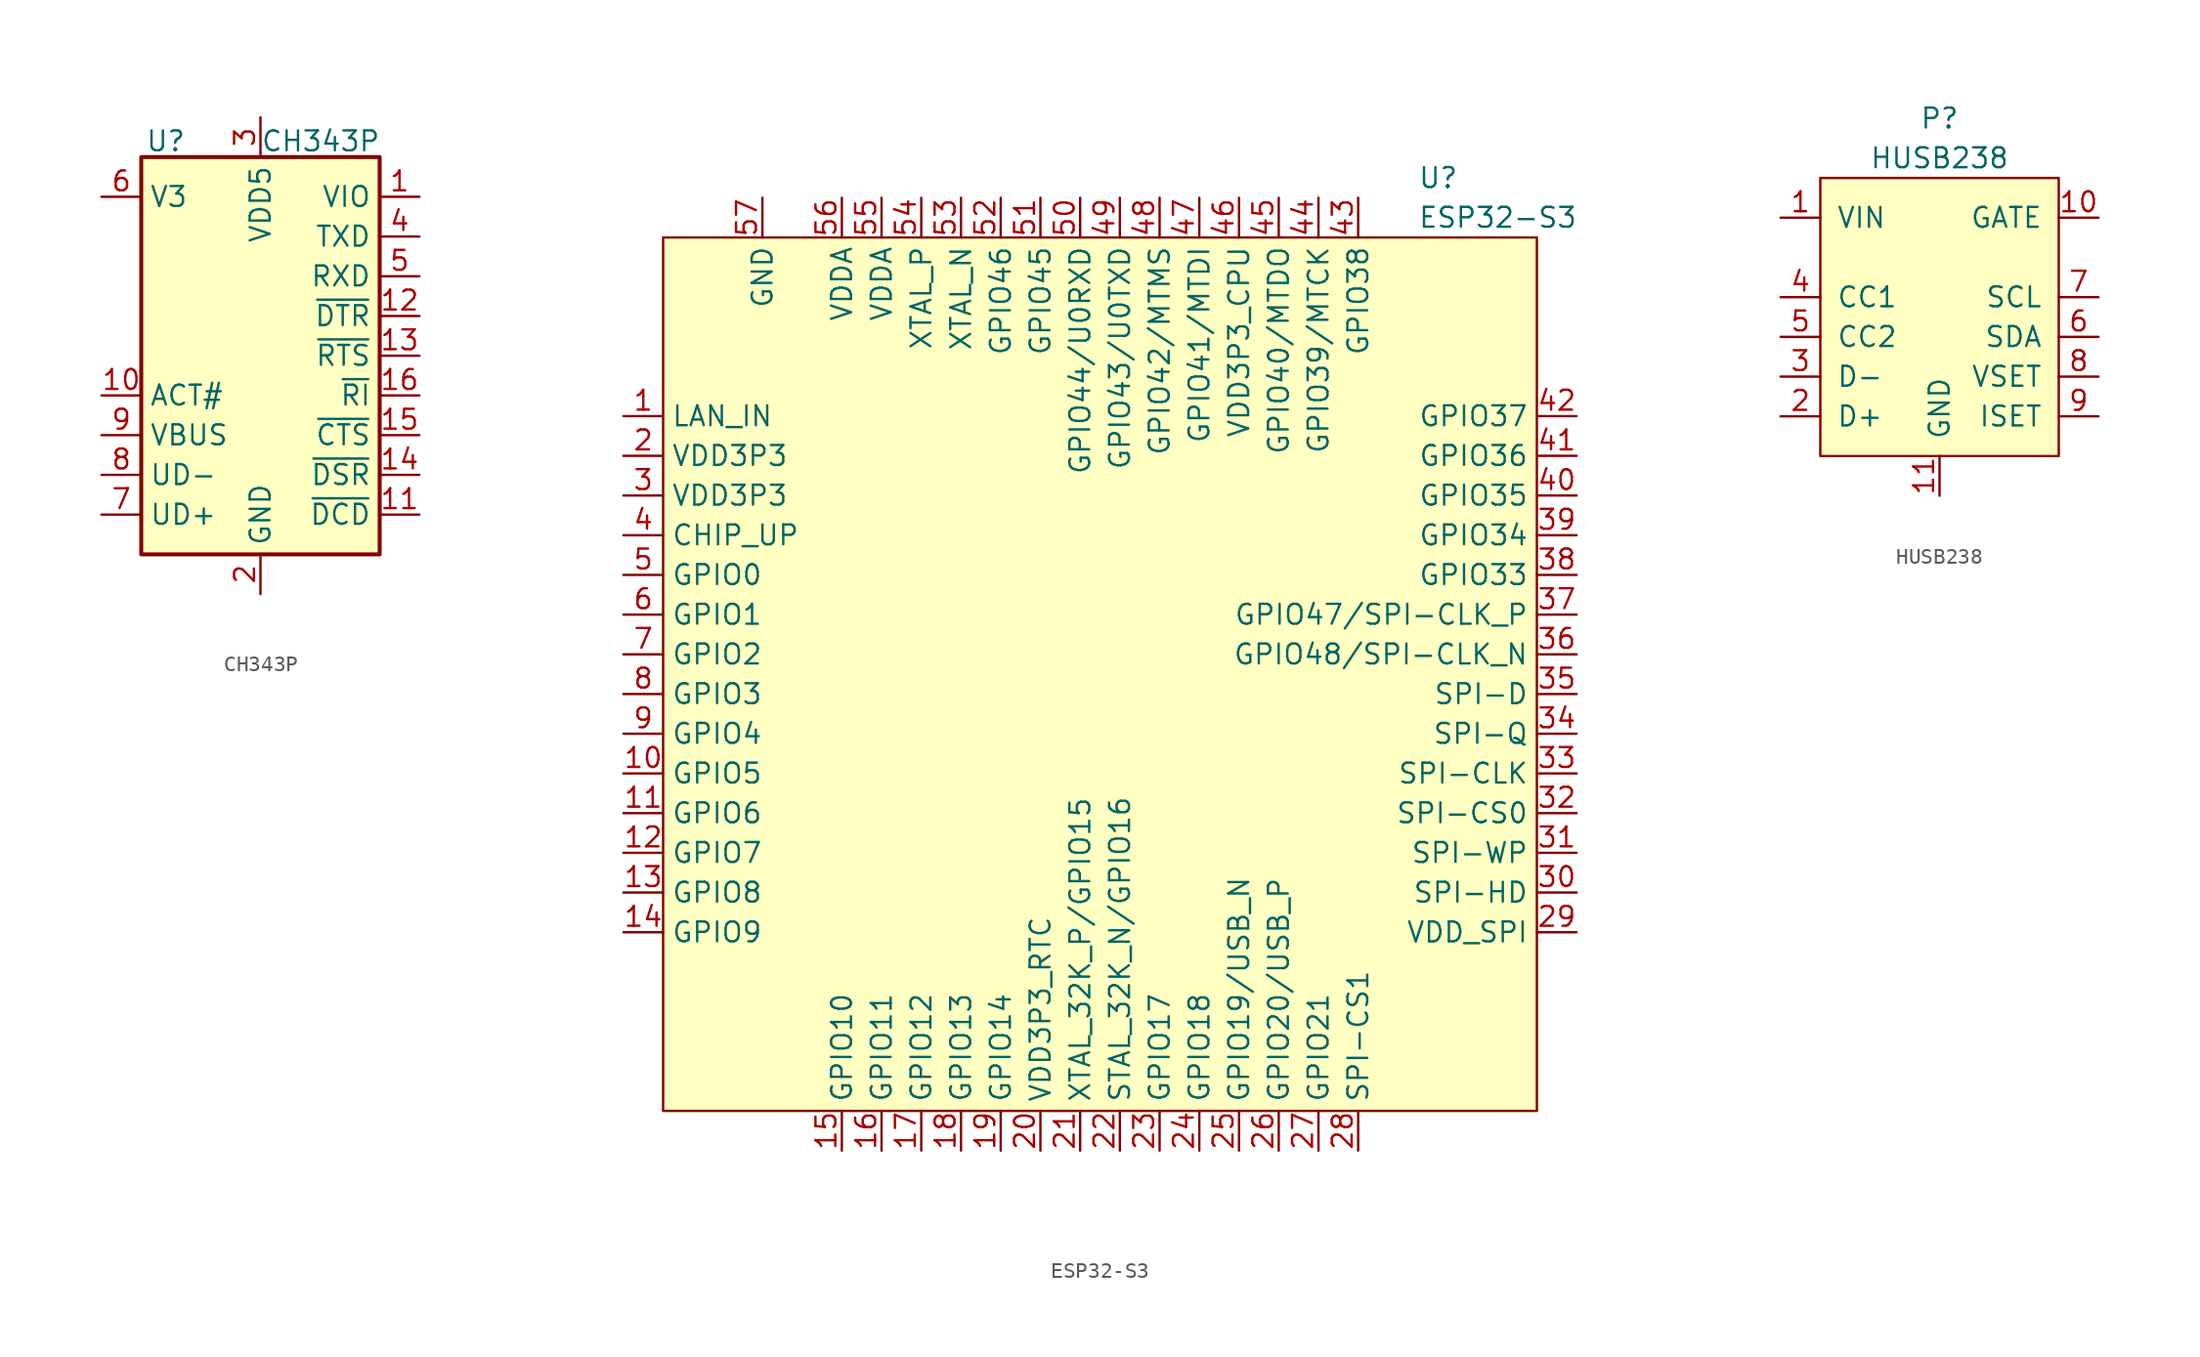
<source format=kicad_sym>
(kicad_symbol_lib
  (version 20231120)
  (generator "kicad_symbol_editor")
  (generator_version "8.0")
  (symbol "CH343P"
    (property "Reference" "U"
      (at -7.366 13.716 0)
      (effects (font (size 1.27 1.27)) (justify left)))
    (property "Value" "CH343P"
      (at 0 13.716 0)
      (effects (font (size 1.27 1.27)) (justify left)))
    (symbol "CH343P_0_1"
      (rectangle (start -7.62 12.7) (end 7.62 -12.7) (stroke (width 0.254) (type default)) (fill (type background))))
    (symbol "CH343P_1_1"
      (pin power_in line (at 10.16 10.16 180) (length 2.54) (name "VIO" (effects (font (size 1.27 1.27)))) (number "1" (effects (font (size 1.27 1.27)))))
      (pin output line (at -10.16 -2.54 0) (length 2.54) (name "ACT#" (effects (font (size 1.27 1.27)))) (number "10" (effects (font (size 1.27 1.27)))))
      (pin input line (at 10.16 -10.16 180) (length 2.54) (name "~{DCD}" (effects (font (size 1.27 1.27)))) (number "11" (effects (font (size 1.27 1.27)))))
      (pin output line (at 10.16 2.54 180) (length 2.54) (name "~{DTR}" (effects (font (size 1.27 1.27)))) (number "12" (effects (font (size 1.27 1.27)))))
      (pin output line (at 10.16 0 180) (length 2.54) (name "~{RTS}" (effects (font (size 1.27 1.27)))) (number "13" (effects (font (size 1.27 1.27)))))
      (pin input line (at 10.16 -7.62 180) (length 2.54) (name "~{DSR}" (effects (font (size 1.27 1.27)))) (number "14" (effects (font (size 1.27 1.27)))))
      (pin input line (at 10.16 -5.08 180) (length 2.54) (name "~{CTS}" (effects (font (size 1.27 1.27)))) (number "15" (effects (font (size 1.27 1.27)))))
      (pin input line (at 10.16 -2.54 180) (length 2.54) (name "~{RI}" (effects (font (size 1.27 1.27)))) (number "16" (effects (font (size 1.27 1.27)))))
      (pin power_in line (at 0 -15.24 90) (length 2.54) hide (name "PAD" (effects (font (size 1.27 1.27)))) (number "17" (effects (font (size 1.27 1.27)))))
      (pin power_in line (at 0 -15.24 90) (length 2.54) (name "GND" (effects (font (size 1.27 1.27)))) (number "2" (effects (font (size 1.27 1.27)))))
      (pin input line (at 0 15.24 270) (length 2.54) (name "VDD5" (effects (font (size 1.27 1.27)))) (number "3" (effects (font (size 1.27 1.27)))))
      (pin output line (at 10.16 7.62 180) (length 2.54) (name "TXD" (effects (font (size 1.27 1.27)))) (number "4" (effects (font (size 1.27 1.27)))))
      (pin input line (at 10.16 5.08 180) (length 2.54) (name "RXD" (effects (font (size 1.27 1.27)))) (number "5" (effects (font (size 1.27 1.27)))))
      (pin power_out line (at -10.16 10.16 0) (length 2.54) (name "V3" (effects (font (size 1.27 1.27)))) (number "6" (effects (font (size 1.27 1.27)))))
      (pin bidirectional line (at -10.16 -10.16 0) (length 2.54) (name "UD+" (effects (font (size 1.27 1.27)))) (number "7" (effects (font (size 1.27 1.27)))))
      (pin bidirectional line (at -10.16 -7.62 0) (length 2.54) (name "UD-" (effects (font (size 1.27 1.27)))) (number "8" (effects (font (size 1.27 1.27)))))
      (pin input line (at -10.16 -5.08 0) (length 2.54) (name "VBUS" (effects (font (size 1.27 1.27)))) (number "9" (effects (font (size 1.27 1.27)))))))
  (symbol "ESP32-S3"
    (property "Reference" "U"
      (at 20.32 31.75 0)
      (effects (font (size 1.27 1.27)) (justify left)))
    (property "Value" "ESP32-S3"
      (at 20.32 29.21 0)
      (effects (font (size 1.27 1.27)) (justify left)))
    (symbol "ESP32-S3_1_0"
      (pin bidirectional line (at -30.48 -6.35 0) (length 2.54) (name "GPIO5" (effects (font (size 1.27 1.27)))) (number "10" (effects (font (size 1.27 1.27)))))
      (pin bidirectional line (at -30.48 -8.89 0) (length 2.54) (name "GPIO6" (effects (font (size 1.27 1.27)))) (number "11" (effects (font (size 1.27 1.27)))))
      (pin bidirectional line (at -30.48 -11.43 0) (length 2.54) (name "GPIO7" (effects (font (size 1.27 1.27)))) (number "12" (effects (font (size 1.27 1.27)))))
      (pin bidirectional line (at -30.48 -13.97 0) (length 2.54) (name "GPIO8" (effects (font (size 1.27 1.27)))) (number "13" (effects (font (size 1.27 1.27)))))
      (pin bidirectional line (at -30.48 -16.51 0) (length 2.54) (name "GPIO9" (effects (font (size 1.27 1.27)))) (number "14" (effects (font (size 1.27 1.27)))))
      (pin bidirectional line (at -16.51 -30.48 90) (length 2.54) (name "GPIO10" (effects (font (size 1.27 1.27)))) (number "15" (effects (font (size 1.27 1.27)))))
      (pin bidirectional line (at -11.43 -30.48 90) (length 2.54) (name "GPIO12" (effects (font (size 1.27 1.27)))) (number "17" (effects (font (size 1.27 1.27)))))
      (pin bidirectional line (at -8.89 -30.48 90) (length 2.54) (name "GPIO13" (effects (font (size 1.27 1.27)))) (number "18" (effects (font (size 1.27 1.27)))))
      (pin bidirectional line (at -6.35 -30.48 90) (length 2.54) (name "GPIO14" (effects (font (size 1.27 1.27)))) (number "19" (effects (font (size 1.27 1.27)))))
      (pin power_in line (at -30.48 13.97 0) (length 2.54) (name "VDD3P3" (effects (font (size 1.27 1.27)))) (number "2" (effects (font (size 1.27 1.27)))))
      (pin bidirectional line (at -3.81 -30.48 90) (length 2.54) (name "VDD3P3_RTC" (effects (font (size 1.27 1.27)))) (number "20" (effects (font (size 1.27 1.27)))))
      (pin bidirectional line (at 1.27 -30.48 90) (length 2.54) (name "STAL_32K_N/GPIO16" (effects (font (size 1.27 1.27)))) (number "22" (effects (font (size 1.27 1.27)))))
      (pin bidirectional line (at 3.81 -30.48 90) (length 2.54) (name "GPIO17" (effects (font (size 1.27 1.27)))) (number "23" (effects (font (size 1.27 1.27)))))
      (pin bidirectional line (at 6.35 -30.48 90) (length 2.54) (name "GPIO18" (effects (font (size 1.27 1.27)))) (number "24" (effects (font (size 1.27 1.27)))))
      (pin bidirectional line (at 8.89 -30.48 90) (length 2.54) (name "GPIO19/USB_N" (effects (font (size 1.27 1.27)))) (number "25" (effects (font (size 1.27 1.27)))))
      (pin bidirectional line (at 11.43 -30.48 90) (length 2.54) (name "GPIO20/USB_P" (effects (font (size 1.27 1.27)))) (number "26" (effects (font (size 1.27 1.27)))))
      (pin bidirectional line (at 13.97 -30.48 90) (length 2.54) (name "GPIO21" (effects (font (size 1.27 1.27)))) (number "27" (effects (font (size 1.27 1.27)))))
      (pin bidirectional line (at 16.51 -30.48 90) (length 2.54) (name "SPI-CS1" (effects (font (size 1.27 1.27)))) (number "28" (effects (font (size 1.27 1.27)))))
      (pin power_in line (at -30.48 11.43 0) (length 2.54) (name "VDD3P3" (effects (font (size 1.27 1.27)))) (number "3" (effects (font (size 1.27 1.27)))))
      (pin bidirectional line (at 30.48 -13.97 180) (length 2.54) (name "SPI-HD" (effects (font (size 1.27 1.27)))) (number "30" (effects (font (size 1.27 1.27)))))
      (pin bidirectional line (at 30.48 -11.43 180) (length 2.54) (name "SPI-WP" (effects (font (size 1.27 1.27)))) (number "31" (effects (font (size 1.27 1.27)))))
      (pin bidirectional line (at 30.48 -8.89 180) (length 2.54) (name "SPI-CS0" (effects (font (size 1.27 1.27)))) (number "32" (effects (font (size 1.27 1.27)))))
      (pin bidirectional line (at 30.48 -6.35 180) (length 2.54) (name "SPI-CLK" (effects (font (size 1.27 1.27)))) (number "33" (effects (font (size 1.27 1.27)))))
      (pin bidirectional line (at 30.48 -3.81 180) (length 2.54) (name "SPI-Q" (effects (font (size 1.27 1.27)))) (number "34" (effects (font (size 1.27 1.27)))))
      (pin bidirectional line (at 30.48 -1.27 180) (length 2.54) (name "SPI-D" (effects (font (size 1.27 1.27)))) (number "35" (effects (font (size 1.27 1.27)))))
      (pin bidirectional line (at 30.48 1.27 180) (length 2.54) (name "GPIO48/SPI-CLK_N" (effects (font (size 1.27 1.27)))) (number "36" (effects (font (size 1.27 1.27)))))
      (pin bidirectional line (at 30.48 3.81 180) (length 2.54) (name "GPIO47/SPI-CLK_P" (effects (font (size 1.27 1.27)))) (number "37" (effects (font (size 1.27 1.27)))))
      (pin bidirectional line (at 30.48 6.35 180) (length 2.54) (name "GPIO33" (effects (font (size 1.27 1.27)))) (number "38" (effects (font (size 1.27 1.27)))))
      (pin bidirectional line (at 30.48 8.89 180) (length 2.54) (name "GPIO34" (effects (font (size 1.27 1.27)))) (number "39" (effects (font (size 1.27 1.27)))))
      (pin input line (at -30.48 8.89 0) (length 2.54) (name "CHIP_UP" (effects (font (size 1.27 1.27)))) (number "4" (effects (font (size 1.27 1.27)))))
      (pin bidirectional line (at 30.48 11.43 180) (length 2.54) (name "GPIO35" (effects (font (size 1.27 1.27)))) (number "40" (effects (font (size 1.27 1.27)))))
      (pin bidirectional line (at 30.48 13.97 180) (length 2.54) (name "GPIO36" (effects (font (size 1.27 1.27)))) (number "41" (effects (font (size 1.27 1.27)))))
      (pin bidirectional line (at 30.48 16.51 180) (length 2.54) (name "GPIO37" (effects (font (size 1.27 1.27)))) (number "42" (effects (font (size 1.27 1.27)))))
      (pin bidirectional line (at 13.97 30.48 270) (length 2.54) (name "GPIO39/MTCK" (effects (font (size 1.27 1.27)))) (number "44" (effects (font (size 1.27 1.27)))))
      (pin bidirectional line (at 11.43 30.48 270) (length 2.54) (name "GPIO40/MTDO" (effects (font (size 1.27 1.27)))) (number "45" (effects (font (size 1.27 1.27)))))
      (pin bidirectional line (at 8.89 30.48 270) (length 2.54) (name "VDD3P3_CPU" (effects (font (size 1.27 1.27)))) (number "46" (effects (font (size 1.27 1.27)))))
      (pin bidirectional line (at 6.35 30.48 270) (length 2.54) (name "GPIO41/MTDI" (effects (font (size 1.27 1.27)))) (number "47" (effects (font (size 1.27 1.27)))))
      (pin bidirectional line (at 3.81 30.48 270) (length 2.54) (name "GPIO42/MTMS" (effects (font (size 1.27 1.27)))) (number "48" (effects (font (size 1.27 1.27)))))
      (pin bidirectional line (at 1.27 30.48 270) (length 2.54) (name "GPIO43/U0TXD" (effects (font (size 1.27 1.27)))) (number "49" (effects (font (size 1.27 1.27)))))
      (pin bidirectional line (at -30.48 6.35 0) (length 2.54) (name "GPIO0" (effects (font (size 1.27 1.27)))) (number "5" (effects (font (size 1.27 1.27)))))
      (pin bidirectional line (at -1.27 30.48 270) (length 2.54) (name "GPIO44/U0RXD" (effects (font (size 1.27 1.27)))) (number "50" (effects (font (size 1.27 1.27)))))
      (pin bidirectional line (at -3.81 30.48 270) (length 2.54) (name "GPIO45" (effects (font (size 1.27 1.27)))) (number "51" (effects (font (size 1.27 1.27)))))
      (pin bidirectional line (at -6.35 30.48 270) (length 2.54) (name "GPIO46" (effects (font (size 1.27 1.27)))) (number "52" (effects (font (size 1.27 1.27)))))
      (pin bidirectional line (at -8.89 30.48 270) (length 2.54) (name "XTAL_N" (effects (font (size 1.27 1.27)))) (number "53" (effects (font (size 1.27 1.27)))))
      (pin bidirectional line (at -11.43 30.48 270) (length 2.54) (name "XTAL_P" (effects (font (size 1.27 1.27)))) (number "54" (effects (font (size 1.27 1.27)))))
      (pin power_in line (at -13.97 30.48 270) (length 2.54) (name "VDDA" (effects (font (size 1.27 1.27)))) (number "55" (effects (font (size 1.27 1.27)))))
      (pin power_in line (at -16.51 30.48 270) (length 2.54) (name "VDDA" (effects (font (size 1.27 1.27)))) (number "56" (effects (font (size 1.27 1.27)))))
      (pin power_in line (at -21.59 30.48 270) (length 2.54) (name "GND" (effects (font (size 1.27 1.27)))) (number "57" (effects (font (size 1.27 1.27)))))
      (pin bidirectional line (at -30.48 3.81 0) (length 2.54) (name "GPIO1" (effects (font (size 1.27 1.27)))) (number "6" (effects (font (size 1.27 1.27)))))
      (pin bidirectional line (at -30.48 1.27 0) (length 2.54) (name "GPIO2" (effects (font (size 1.27 1.27)))) (number "7" (effects (font (size 1.27 1.27)))))
      (pin bidirectional line (at -30.48 -1.27 0) (length 2.54) (name "GPIO3" (effects (font (size 1.27 1.27)))) (number "8" (effects (font (size 1.27 1.27)))))
      (pin bidirectional line (at -30.48 -3.81 0) (length 2.54) (name "GPIO4" (effects (font (size 1.27 1.27)))) (number "9" (effects (font (size 1.27 1.27))))))
    (symbol "ESP32-S3_1_1"
      (rectangle (start -27.94 27.94) (end 27.94 -27.94) (stroke (width 0) (type default)) (fill (type background)))
      (pin bidirectional line (at -30.48 16.51 0) (length 2.54) (name "LAN_IN" (effects (font (size 1.27 1.27)))) (number "1" (effects (font (size 1.27 1.27)))))
      (pin bidirectional line (at -13.97 -30.48 90) (length 2.54) (name "GPIO11" (effects (font (size 1.27 1.27)))) (number "16" (effects (font (size 1.27 1.27)))))
      (pin bidirectional line (at -1.27 -30.48 90) (length 2.54) (name "XTAL_32K_P/GPIO15" (effects (font (size 1.27 1.27)))) (number "21" (effects (font (size 1.27 1.27)))))
      (pin bidirectional line (at 30.48 -16.51 180) (length 2.54) (name "VDD_SPI" (effects (font (size 1.27 1.27)))) (number "29" (effects (font (size 1.27 1.27)))))
      (pin bidirectional line (at 16.51 30.48 270) (length 2.54) (name "GPIO38" (effects (font (size 1.27 1.27)))) (number "43" (effects (font (size 1.27 1.27)))))))
  (symbol "HUSB238"
    (pin_names
      (offset 1.016))
    (property "Reference" "P"
      (at 0 13.97 0)
      (effects (font (size 1.27 1.27))))
    (property "Value" "HUSB238"
      (at 0 11.43 0)
      (effects (font (size 1.27 1.27))))
    (symbol "HUSB238_0_1"
      (rectangle (start -7.62 10.16) (end 7.62 -7.62) (stroke (width 0) (type default)) (fill (type background))))
    (symbol "HUSB238_1_1"
      (pin power_in line (at -10.16 7.62 0) (length 2.54) (name "VIN" (effects (font (size 1.27 1.27)))) (number "1" (effects (font (size 1.27 1.27)))))
      (pin output line (at 10.16 7.62 180) (length 2.54) (name "GATE" (effects (font (size 1.27 1.27)))) (number "10" (effects (font (size 1.27 1.27)))))
      (pin power_in line (at 0 -10.16 90) (length 2.54) (name "GND" (effects (font (size 1.27 1.27)))) (number "11" (effects (font (size 1.27 1.27)))))
      (pin bidirectional line (at -10.16 -5.08 0) (length 2.54) (name "D+" (effects (font (size 1.27 1.27)))) (number "2" (effects (font (size 1.27 1.27)))))
      (pin bidirectional line (at -10.16 -2.54 0) (length 2.54) (name "D-" (effects (font (size 1.27 1.27)))) (number "3" (effects (font (size 1.27 1.27)))))
      (pin bidirectional line (at -10.16 2.54 0) (length 2.54) (name "CC1" (effects (font (size 1.27 1.27)))) (number "4" (effects (font (size 1.27 1.27)))))
      (pin bidirectional line (at -10.16 0 0) (length 2.54) (name "CC2" (effects (font (size 1.27 1.27)))) (number "5" (effects (font (size 1.27 1.27)))))
      (pin bidirectional line (at 10.16 0 180) (length 2.54) (name "SDA" (effects (font (size 1.27 1.27)))) (number "6" (effects (font (size 1.27 1.27)))))
      (pin input line (at 10.16 2.54 180) (length 2.54) (name "SCL" (effects (font (size 1.27 1.27)))) (number "7" (effects (font (size 1.27 1.27)))))
      (pin input line (at 10.16 -2.54 180) (length 2.54) (name "VSET" (effects (font (size 1.27 1.27)))) (number "8" (effects (font (size 1.27 1.27)))))
      (pin input line (at 10.16 -5.08 180) (length 2.54) (name "ISET" (effects (font (size 1.27 1.27)))) (number "9" (effects (font (size 1.27 1.27))))))))
</source>
